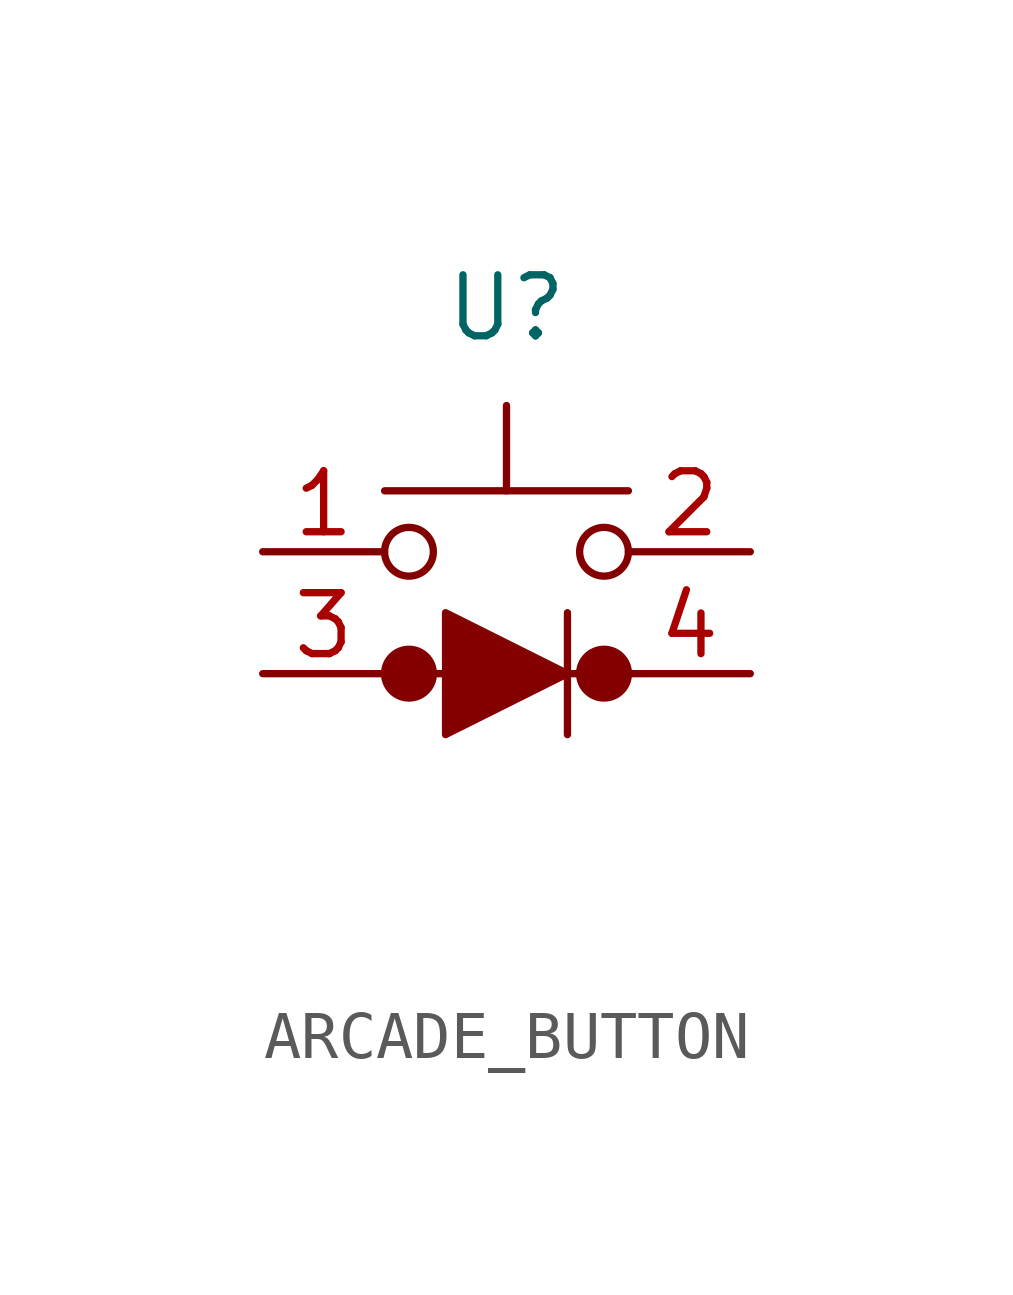
<source format=kicad_sym>
(kicad_symbol_lib
  (version 20220914)
  (generator kicad_symbol_editor)
  (symbol "ARCADE_BUTTON"
    (property "Reference" "U"
      (at 0 6.35 0)
      (effects (font (size 1.27 1.27))))
    (property "Value" ""
      (at -1.27 -6.35 0)
      (effects (font (size 1.27 1.27))))
    (symbol "ARCADE_BUTTON_0_1"
      (circle (center -2.032 1.27) (radius 0.508) (stroke (width 0) (type default)) (fill (type none)))
      (polyline (pts (xy 0 2.54) (xy 0 4.318)) (stroke (width 0) (type default)) (fill (type none)))
      (polyline (pts (xy 2.54 -1.27) (xy -2.54 -1.27)) (stroke (width 0) (type default)) (fill (type none)))
      (polyline (pts (xy 2.54 2.54) (xy -2.54 2.54)) (stroke (width 0) (type default)) (fill (type none)))
      (circle (center 2.032 1.27) (radius 0.508) (stroke (width 0) (type default)) (fill (type none))))
    (symbol "ARCADE_BUTTON_1_1"
      (circle (center -2.032 -1.27) (radius 0.508) (stroke (width 0) (type default)) (fill (type outline)))
      (polyline (pts (xy 1.27 -2.54) (xy 1.27 0) (xy 1.27 -1.27)) (stroke (width 0) (type default)) (fill (type none)))
      (polyline (pts (xy -1.27 -2.54) (xy -1.27 0) (xy 1.27 -1.27) (xy -1.27 -2.54) (xy 0 -1.27)) (stroke (width 0) (type default)) (fill (type outline)))
      (circle (center 2.032 -1.27) (radius 0.508) (stroke (width 0) (type default)) (fill (type outline)))
      (pin passive line (at -5.08 1.27 0) (length 2.54) (name "" (effects (font (size 1.27 1.27)))) (number "1" (effects (font (size 1.27 1.27)))))
      (pin passive line (at 5.08 1.27 180) (length 2.54) (name "" (effects (font (size 1.27 1.27)))) (number "2" (effects (font (size 1.27 1.27)))))
      (pin input line (at -5.08 -1.27 0) (length 2.54) (name "" (effects (font (size 1.27 1.27)))) (number "3" (effects (font (size 1.27 1.27)))))
      (pin output line (at 5.08 -1.27 180) (length 2.54) (name "" (effects (font (size 1.27 1.27)))) (number "4" (effects (font (size 1.27 1.27))))))))
</source>
